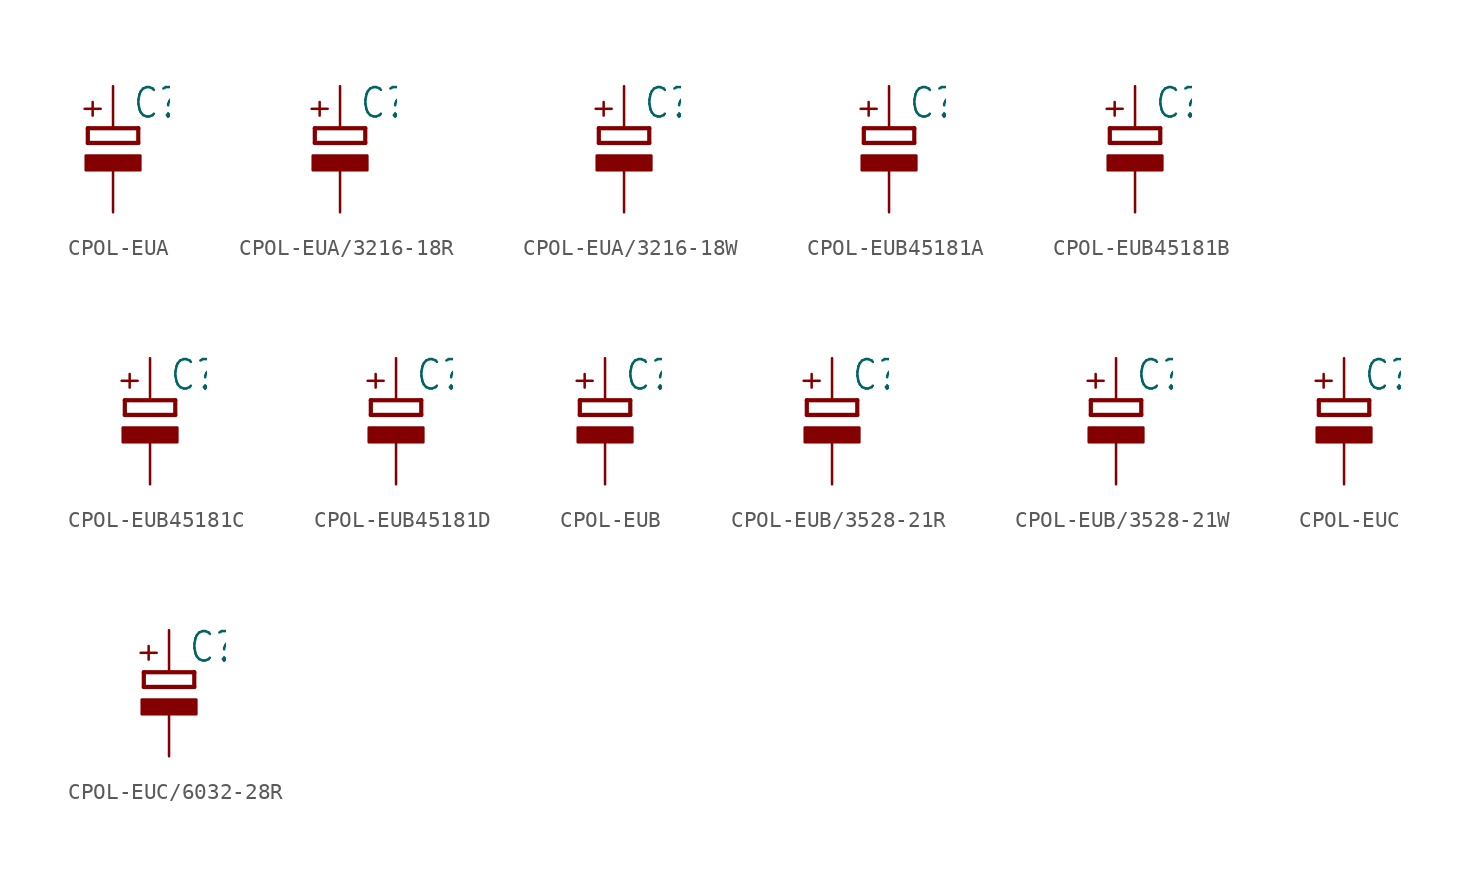
<source format=kicad_sym>
(kicad_symbol_lib
  (version 20241209)
  (generator "kicad_symbol_editor")
  (generator_version "9.0")
  (symbol "CPOL-EUA"
    (property "Reference" "C"
      (at 1.143 0.483 0)
      (effects (font (size 1.778 1.511)) (justify left bottom)))
    (property "Value" ""
      (at 1.143 -4.597 0)
      (effects (font (size 1.778 1.511)) (justify left bottom)))
    (property "ki_locked" ""
      (at 0 0 0)
      (effects (font (size 1.27 1.27))))
    (symbol "CPOL-EUA_1_0"
      (rectangle (start -1.651 -2.54) (end 1.651 -1.651) (stroke (width 0) (type default)) (fill (type outline)))
      (polyline (pts (xy -1.524 0) (xy -1.524 -0.889)) (stroke (width 0.254) (type solid)) (fill (type none)))
      (polyline (pts (xy -1.524 0) (xy 1.524 0)) (stroke (width 0.254) (type solid)) (fill (type none)))
      (polyline (pts (xy -1.524 -0.889) (xy 1.524 -0.889)) (stroke (width 0.254) (type solid)) (fill (type none)))
      (polyline (pts (xy 1.524 -0.889) (xy 1.524 0)) (stroke (width 0.254) (type solid)) (fill (type none)))
      (text "+" (at -0.584 0.406 900) (effects (font (size 1.27 1.079)) (justify left bottom)))
      (pin passive line (at 0 2.54 270) (length 2.54) (name "+" (effects (font (size 0 0)))) (number "+" (effects (font (size 0 0)))))
      (pin passive line (at 0 -5.08 90) (length 2.54) (name "-" (effects (font (size 0 0)))) (number "-" (effects (font (size 0 0)))))))
  (symbol "CPOL-EUA/3216-18R"
    (property "Reference" "C"
      (at 1.143 0.483 0)
      (effects (font (size 1.778 1.511)) (justify left bottom)))
    (property "Value" ""
      (at 1.143 -4.597 0)
      (effects (font (size 1.778 1.511)) (justify left bottom)))
    (property "ki_locked" ""
      (at 0 0 0)
      (effects (font (size 1.27 1.27))))
    (symbol "CPOL-EUA/3216-18R_1_0"
      (rectangle (start -1.651 -2.54) (end 1.651 -1.651) (stroke (width 0) (type default)) (fill (type outline)))
      (polyline (pts (xy -1.524 0) (xy -1.524 -0.889)) (stroke (width 0.254) (type solid)) (fill (type none)))
      (polyline (pts (xy -1.524 0) (xy 1.524 0)) (stroke (width 0.254) (type solid)) (fill (type none)))
      (polyline (pts (xy -1.524 -0.889) (xy 1.524 -0.889)) (stroke (width 0.254) (type solid)) (fill (type none)))
      (polyline (pts (xy 1.524 -0.889) (xy 1.524 0)) (stroke (width 0.254) (type solid)) (fill (type none)))
      (text "+" (at -0.584 0.406 900) (effects (font (size 1.27 1.079)) (justify left bottom)))
      (pin passive line (at 0 2.54 270) (length 2.54) (name "+" (effects (font (size 0 0)))) (number "+" (effects (font (size 0 0)))))
      (pin passive line (at 0 -5.08 90) (length 2.54) (name "-" (effects (font (size 0 0)))) (number "-" (effects (font (size 0 0)))))))
  (symbol "CPOL-EUA/3216-18W"
    (property "Reference" "C"
      (at 1.143 0.483 0)
      (effects (font (size 1.778 1.511)) (justify left bottom)))
    (property "Value" ""
      (at 1.143 -4.597 0)
      (effects (font (size 1.778 1.511)) (justify left bottom)))
    (property "ki_locked" ""
      (at 0 0 0)
      (effects (font (size 1.27 1.27))))
    (symbol "CPOL-EUA/3216-18W_1_0"
      (rectangle (start -1.651 -2.54) (end 1.651 -1.651) (stroke (width 0) (type default)) (fill (type outline)))
      (polyline (pts (xy -1.524 0) (xy -1.524 -0.889)) (stroke (width 0.254) (type solid)) (fill (type none)))
      (polyline (pts (xy -1.524 0) (xy 1.524 0)) (stroke (width 0.254) (type solid)) (fill (type none)))
      (polyline (pts (xy -1.524 -0.889) (xy 1.524 -0.889)) (stroke (width 0.254) (type solid)) (fill (type none)))
      (polyline (pts (xy 1.524 -0.889) (xy 1.524 0)) (stroke (width 0.254) (type solid)) (fill (type none)))
      (text "+" (at -0.584 0.406 900) (effects (font (size 1.27 1.079)) (justify left bottom)))
      (pin passive line (at 0 2.54 270) (length 2.54) (name "+" (effects (font (size 0 0)))) (number "+" (effects (font (size 0 0)))))
      (pin passive line (at 0 -5.08 90) (length 2.54) (name "-" (effects (font (size 0 0)))) (number "-" (effects (font (size 0 0)))))))
  (symbol "CPOL-EUB45181A"
    (property "Reference" "C"
      (at 1.143 0.483 0)
      (effects (font (size 1.778 1.511)) (justify left bottom)))
    (property "Value" ""
      (at 1.143 -4.597 0)
      (effects (font (size 1.778 1.511)) (justify left bottom)))
    (property "ki_locked" ""
      (at 0 0 0)
      (effects (font (size 1.27 1.27))))
    (symbol "CPOL-EUB45181A_1_0"
      (rectangle (start -1.651 -2.54) (end 1.651 -1.651) (stroke (width 0) (type default)) (fill (type outline)))
      (polyline (pts (xy -1.524 0) (xy -1.524 -0.889)) (stroke (width 0.254) (type solid)) (fill (type none)))
      (polyline (pts (xy -1.524 0) (xy 1.524 0)) (stroke (width 0.254) (type solid)) (fill (type none)))
      (polyline (pts (xy -1.524 -0.889) (xy 1.524 -0.889)) (stroke (width 0.254) (type solid)) (fill (type none)))
      (polyline (pts (xy 1.524 -0.889) (xy 1.524 0)) (stroke (width 0.254) (type solid)) (fill (type none)))
      (text "+" (at -0.584 0.406 900) (effects (font (size 1.27 1.079)) (justify left bottom)))
      (pin passive line (at 0 2.54 270) (length 2.54) (name "+" (effects (font (size 0 0)))) (number "+" (effects (font (size 0 0)))))
      (pin passive line (at 0 -5.08 90) (length 2.54) (name "-" (effects (font (size 0 0)))) (number "-" (effects (font (size 0 0)))))))
  (symbol "CPOL-EUB45181B"
    (property "Reference" "C"
      (at 1.143 0.483 0)
      (effects (font (size 1.778 1.511)) (justify left bottom)))
    (property "Value" ""
      (at 1.143 -4.597 0)
      (effects (font (size 1.778 1.511)) (justify left bottom)))
    (property "ki_locked" ""
      (at 0 0 0)
      (effects (font (size 1.27 1.27))))
    (symbol "CPOL-EUB45181B_1_0"
      (rectangle (start -1.651 -2.54) (end 1.651 -1.651) (stroke (width 0) (type default)) (fill (type outline)))
      (polyline (pts (xy -1.524 0) (xy -1.524 -0.889)) (stroke (width 0.254) (type solid)) (fill (type none)))
      (polyline (pts (xy -1.524 0) (xy 1.524 0)) (stroke (width 0.254) (type solid)) (fill (type none)))
      (polyline (pts (xy -1.524 -0.889) (xy 1.524 -0.889)) (stroke (width 0.254) (type solid)) (fill (type none)))
      (polyline (pts (xy 1.524 -0.889) (xy 1.524 0)) (stroke (width 0.254) (type solid)) (fill (type none)))
      (text "+" (at -0.584 0.406 900) (effects (font (size 1.27 1.079)) (justify left bottom)))
      (pin passive line (at 0 2.54 270) (length 2.54) (name "+" (effects (font (size 0 0)))) (number "+" (effects (font (size 0 0)))))
      (pin passive line (at 0 -5.08 90) (length 2.54) (name "-" (effects (font (size 0 0)))) (number "-" (effects (font (size 0 0)))))))
  (symbol "CPOL-EUB45181C"
    (property "Reference" "C"
      (at 1.143 0.483 0)
      (effects (font (size 1.778 1.511)) (justify left bottom)))
    (property "Value" ""
      (at 1.143 -4.597 0)
      (effects (font (size 1.778 1.511)) (justify left bottom)))
    (property "ki_locked" ""
      (at 0 0 0)
      (effects (font (size 1.27 1.27))))
    (symbol "CPOL-EUB45181C_1_0"
      (rectangle (start -1.651 -2.54) (end 1.651 -1.651) (stroke (width 0) (type default)) (fill (type outline)))
      (polyline (pts (xy -1.524 0) (xy -1.524 -0.889)) (stroke (width 0.254) (type solid)) (fill (type none)))
      (polyline (pts (xy -1.524 0) (xy 1.524 0)) (stroke (width 0.254) (type solid)) (fill (type none)))
      (polyline (pts (xy -1.524 -0.889) (xy 1.524 -0.889)) (stroke (width 0.254) (type solid)) (fill (type none)))
      (polyline (pts (xy 1.524 -0.889) (xy 1.524 0)) (stroke (width 0.254) (type solid)) (fill (type none)))
      (text "+" (at -0.584 0.406 900) (effects (font (size 1.27 1.079)) (justify left bottom)))
      (pin passive line (at 0 2.54 270) (length 2.54) (name "+" (effects (font (size 0 0)))) (number "+" (effects (font (size 0 0)))))
      (pin passive line (at 0 -5.08 90) (length 2.54) (name "-" (effects (font (size 0 0)))) (number "-" (effects (font (size 0 0)))))))
  (symbol "CPOL-EUB45181D"
    (property "Reference" "C"
      (at 1.143 0.483 0)
      (effects (font (size 1.778 1.511)) (justify left bottom)))
    (property "Value" ""
      (at 1.143 -4.597 0)
      (effects (font (size 1.778 1.511)) (justify left bottom)))
    (property "ki_locked" ""
      (at 0 0 0)
      (effects (font (size 1.27 1.27))))
    (symbol "CPOL-EUB45181D_1_0"
      (rectangle (start -1.651 -2.54) (end 1.651 -1.651) (stroke (width 0) (type default)) (fill (type outline)))
      (polyline (pts (xy -1.524 0) (xy -1.524 -0.889)) (stroke (width 0.254) (type solid)) (fill (type none)))
      (polyline (pts (xy -1.524 0) (xy 1.524 0)) (stroke (width 0.254) (type solid)) (fill (type none)))
      (polyline (pts (xy -1.524 -0.889) (xy 1.524 -0.889)) (stroke (width 0.254) (type solid)) (fill (type none)))
      (polyline (pts (xy 1.524 -0.889) (xy 1.524 0)) (stroke (width 0.254) (type solid)) (fill (type none)))
      (text "+" (at -0.584 0.406 900) (effects (font (size 1.27 1.079)) (justify left bottom)))
      (pin passive line (at 0 2.54 270) (length 2.54) (name "+" (effects (font (size 0 0)))) (number "+" (effects (font (size 0 0)))))
      (pin passive line (at 0 -5.08 90) (length 2.54) (name "-" (effects (font (size 0 0)))) (number "-" (effects (font (size 0 0)))))))
  (symbol "CPOL-EUB"
    (property "Reference" "C"
      (at 1.143 0.483 0)
      (effects (font (size 1.778 1.511)) (justify left bottom)))
    (property "Value" ""
      (at 1.143 -4.597 0)
      (effects (font (size 1.778 1.511)) (justify left bottom)))
    (property "ki_locked" ""
      (at 0 0 0)
      (effects (font (size 1.27 1.27))))
    (symbol "CPOL-EUB_1_0"
      (rectangle (start -1.651 -2.54) (end 1.651 -1.651) (stroke (width 0) (type default)) (fill (type outline)))
      (polyline (pts (xy -1.524 0) (xy -1.524 -0.889)) (stroke (width 0.254) (type solid)) (fill (type none)))
      (polyline (pts (xy -1.524 0) (xy 1.524 0)) (stroke (width 0.254) (type solid)) (fill (type none)))
      (polyline (pts (xy -1.524 -0.889) (xy 1.524 -0.889)) (stroke (width 0.254) (type solid)) (fill (type none)))
      (polyline (pts (xy 1.524 -0.889) (xy 1.524 0)) (stroke (width 0.254) (type solid)) (fill (type none)))
      (text "+" (at -0.584 0.406 900) (effects (font (size 1.27 1.079)) (justify left bottom)))
      (pin passive line (at 0 2.54 270) (length 2.54) (name "+" (effects (font (size 0 0)))) (number "+" (effects (font (size 0 0)))))
      (pin passive line (at 0 -5.08 90) (length 2.54) (name "-" (effects (font (size 0 0)))) (number "-" (effects (font (size 0 0)))))))
  (symbol "CPOL-EUB/3528-21R"
    (property "Reference" "C"
      (at 1.143 0.483 0)
      (effects (font (size 1.778 1.511)) (justify left bottom)))
    (property "Value" ""
      (at 1.143 -4.597 0)
      (effects (font (size 1.778 1.511)) (justify left bottom)))
    (property "ki_locked" ""
      (at 0 0 0)
      (effects (font (size 1.27 1.27))))
    (symbol "CPOL-EUB/3528-21R_1_0"
      (rectangle (start -1.651 -2.54) (end 1.651 -1.651) (stroke (width 0) (type default)) (fill (type outline)))
      (polyline (pts (xy -1.524 0) (xy -1.524 -0.889)) (stroke (width 0.254) (type solid)) (fill (type none)))
      (polyline (pts (xy -1.524 0) (xy 1.524 0)) (stroke (width 0.254) (type solid)) (fill (type none)))
      (polyline (pts (xy -1.524 -0.889) (xy 1.524 -0.889)) (stroke (width 0.254) (type solid)) (fill (type none)))
      (polyline (pts (xy 1.524 -0.889) (xy 1.524 0)) (stroke (width 0.254) (type solid)) (fill (type none)))
      (text "+" (at -0.584 0.406 900) (effects (font (size 1.27 1.079)) (justify left bottom)))
      (pin passive line (at 0 2.54 270) (length 2.54) (name "+" (effects (font (size 0 0)))) (number "+" (effects (font (size 0 0)))))
      (pin passive line (at 0 -5.08 90) (length 2.54) (name "-" (effects (font (size 0 0)))) (number "-" (effects (font (size 0 0)))))))
  (symbol "CPOL-EUB/3528-21W"
    (property "Reference" "C"
      (at 1.143 0.483 0)
      (effects (font (size 1.778 1.511)) (justify left bottom)))
    (property "Value" ""
      (at 1.143 -4.597 0)
      (effects (font (size 1.778 1.511)) (justify left bottom)))
    (property "ki_locked" ""
      (at 0 0 0)
      (effects (font (size 1.27 1.27))))
    (symbol "CPOL-EUB/3528-21W_1_0"
      (rectangle (start -1.651 -2.54) (end 1.651 -1.651) (stroke (width 0) (type default)) (fill (type outline)))
      (polyline (pts (xy -1.524 0) (xy -1.524 -0.889)) (stroke (width 0.254) (type solid)) (fill (type none)))
      (polyline (pts (xy -1.524 0) (xy 1.524 0)) (stroke (width 0.254) (type solid)) (fill (type none)))
      (polyline (pts (xy -1.524 -0.889) (xy 1.524 -0.889)) (stroke (width 0.254) (type solid)) (fill (type none)))
      (polyline (pts (xy 1.524 -0.889) (xy 1.524 0)) (stroke (width 0.254) (type solid)) (fill (type none)))
      (text "+" (at -0.584 0.406 900) (effects (font (size 1.27 1.079)) (justify left bottom)))
      (pin passive line (at 0 2.54 270) (length 2.54) (name "+" (effects (font (size 0 0)))) (number "+" (effects (font (size 0 0)))))
      (pin passive line (at 0 -5.08 90) (length 2.54) (name "-" (effects (font (size 0 0)))) (number "-" (effects (font (size 0 0)))))))
  (symbol "CPOL-EUC"
    (property "Reference" "C"
      (at 1.143 0.483 0)
      (effects (font (size 1.778 1.511)) (justify left bottom)))
    (property "Value" ""
      (at 1.143 -4.597 0)
      (effects (font (size 1.778 1.511)) (justify left bottom)))
    (property "ki_locked" ""
      (at 0 0 0)
      (effects (font (size 1.27 1.27))))
    (symbol "CPOL-EUC_1_0"
      (rectangle (start -1.651 -2.54) (end 1.651 -1.651) (stroke (width 0) (type default)) (fill (type outline)))
      (polyline (pts (xy -1.524 0) (xy -1.524 -0.889)) (stroke (width 0.254) (type solid)) (fill (type none)))
      (polyline (pts (xy -1.524 0) (xy 1.524 0)) (stroke (width 0.254) (type solid)) (fill (type none)))
      (polyline (pts (xy -1.524 -0.889) (xy 1.524 -0.889)) (stroke (width 0.254) (type solid)) (fill (type none)))
      (polyline (pts (xy 1.524 -0.889) (xy 1.524 0)) (stroke (width 0.254) (type solid)) (fill (type none)))
      (text "+" (at -0.584 0.406 900) (effects (font (size 1.27 1.079)) (justify left bottom)))
      (pin passive line (at 0 2.54 270) (length 2.54) (name "+" (effects (font (size 0 0)))) (number "+" (effects (font (size 0 0)))))
      (pin passive line (at 0 -5.08 90) (length 2.54) (name "-" (effects (font (size 0 0)))) (number "-" (effects (font (size 0 0)))))))
  (symbol "CPOL-EUC/6032-28R"
    (property "Reference" "C"
      (at 1.143 0.483 0)
      (effects (font (size 1.778 1.511)) (justify left bottom)))
    (property "Value" ""
      (at 1.143 -4.597 0)
      (effects (font (size 1.778 1.511)) (justify left bottom)))
    (property "ki_locked" ""
      (at 0 0 0)
      (effects (font (size 1.27 1.27))))
    (symbol "CPOL-EUC/6032-28R_1_0"
      (rectangle (start -1.651 -2.54) (end 1.651 -1.651) (stroke (width 0) (type default)) (fill (type outline)))
      (polyline (pts (xy -1.524 0) (xy -1.524 -0.889)) (stroke (width 0.254) (type solid)) (fill (type none)))
      (polyline (pts (xy -1.524 0) (xy 1.524 0)) (stroke (width 0.254) (type solid)) (fill (type none)))
      (polyline (pts (xy -1.524 -0.889) (xy 1.524 -0.889)) (stroke (width 0.254) (type solid)) (fill (type none)))
      (polyline (pts (xy 1.524 -0.889) (xy 1.524 0)) (stroke (width 0.254) (type solid)) (fill (type none)))
      (text "+" (at -0.584 0.406 900) (effects (font (size 1.27 1.079)) (justify left bottom)))
      (pin passive line (at 0 2.54 270) (length 2.54) (name "+" (effects (font (size 0 0)))) (number "+" (effects (font (size 0 0)))))
      (pin passive line (at 0 -5.08 90) (length 2.54) (name "-" (effects (font (size 0 0)))) (number "-" (effects (font (size 0 0))))))))
</source>
